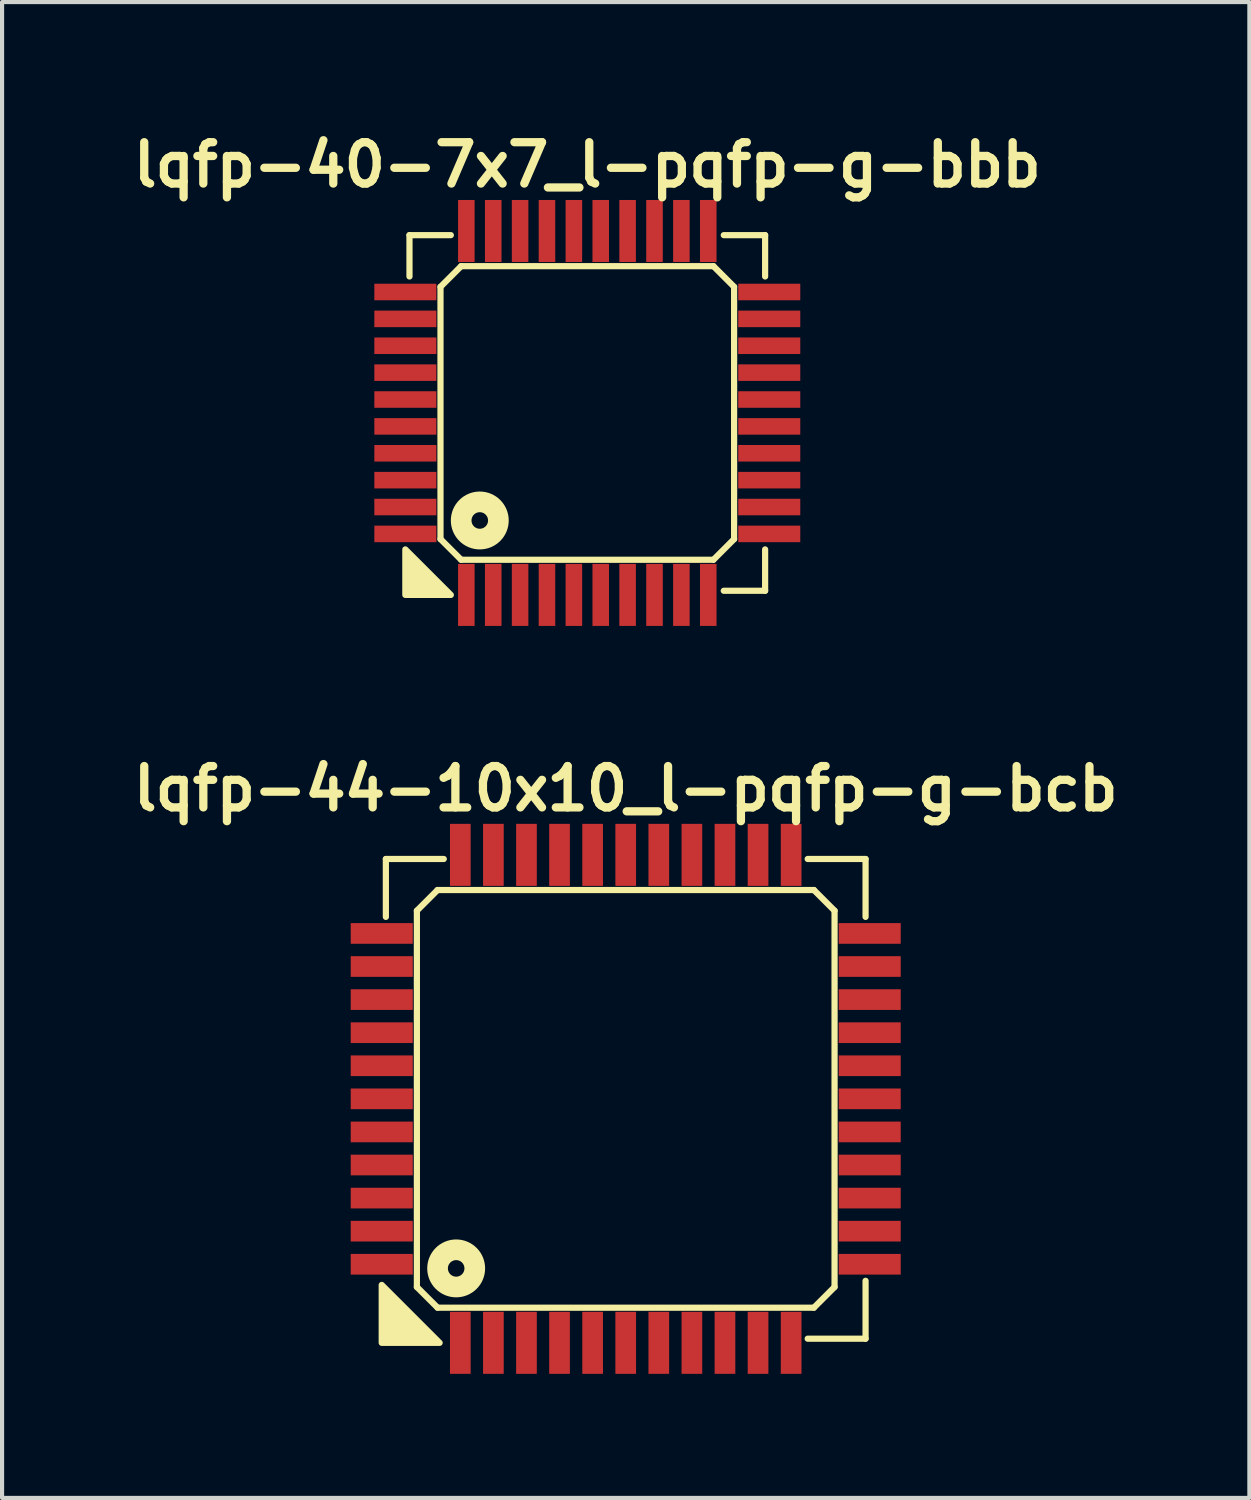
<source format=kicad_pcb>
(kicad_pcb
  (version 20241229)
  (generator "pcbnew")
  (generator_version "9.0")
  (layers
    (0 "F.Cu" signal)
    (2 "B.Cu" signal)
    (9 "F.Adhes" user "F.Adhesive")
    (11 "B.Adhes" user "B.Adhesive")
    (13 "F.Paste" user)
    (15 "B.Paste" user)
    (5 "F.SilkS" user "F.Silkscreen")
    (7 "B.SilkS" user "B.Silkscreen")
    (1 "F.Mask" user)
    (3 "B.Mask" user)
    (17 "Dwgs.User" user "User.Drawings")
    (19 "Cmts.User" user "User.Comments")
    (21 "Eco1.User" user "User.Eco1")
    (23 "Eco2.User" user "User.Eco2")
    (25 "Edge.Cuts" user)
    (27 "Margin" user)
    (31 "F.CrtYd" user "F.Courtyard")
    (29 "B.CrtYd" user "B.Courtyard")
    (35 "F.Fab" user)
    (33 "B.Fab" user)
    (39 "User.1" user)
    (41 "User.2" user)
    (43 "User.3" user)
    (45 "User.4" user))
  (footprint "lqfp-44-10x10_l-pqfp-g-bcb"
    (layer "F.Cu")
    (at 12.081 23.522)
    (property "Reference" "lqfp-44-10x10_l-pqfp-g-bcb" (at 0 -7.5 0) (layer "F.SilkS") (effects (font (size 1 1) (thickness 0.2))))
    (attr smd)
    (fp_line (start -5.8 -5.8) (end -4.4 -5.8) (stroke (width 0.15) (type solid)) (layer "F.SilkS"))
    (fp_line (start -5.8 -4.4) (end -5.8 -5.8) (stroke (width 0.15) (type solid)) (layer "F.SilkS"))
    (fp_line (start -5.05 -4.55) (end -4.55 -5.05) (stroke (width 0.15) (type solid)) (layer "F.SilkS"))
    (fp_line (start -5.05 4.55) (end -5.05 -4.55) (stroke (width 0.15) (type solid)) (layer "F.SilkS"))
    (fp_line (start -4.55 -5.05) (end 4.55 -5.05) (stroke (width 0.15) (type solid)) (layer "F.SilkS"))
    (fp_line (start -4.55 5.05) (end -5.05 4.55) (stroke (width 0.15) (type solid)) (layer "F.SilkS"))
    (fp_line (start 4.4 -5.8) (end 5.8 -5.8) (stroke (width 0.15) (type solid)) (layer "F.SilkS"))
    (fp_line (start 4.55 -5.05) (end 5.05 -4.55) (stroke (width 0.15) (type solid)) (layer "F.SilkS"))
    (fp_line (start 4.55 5.05) (end -4.55 5.05) (stroke (width 0.15) (type solid)) (layer "F.SilkS"))
    (fp_line (start 5.05 -4.55) (end 5.05 4.55) (stroke (width 0.15) (type solid)) (layer "F.SilkS"))
    (fp_line (start 5.05 4.55) (end 4.55 5.05) (stroke (width 0.15) (type solid)) (layer "F.SilkS"))
    (fp_line (start 5.8 -5.8) (end 5.8 -4.4) (stroke (width 0.15) (type solid)) (layer "F.SilkS"))
    (fp_line (start 5.8 4.4) (end 5.8 5.8) (stroke (width 0.15) (type solid)) (layer "F.SilkS"))
    (fp_line (start 5.8 5.8) (end 4.4 5.8) (stroke (width 0.15) (type solid)) (layer "F.SilkS"))
    (fp_circle (center -4.1 4.1) (end -3.9 4.1) (stroke (width 0.5) (type solid)) (fill no) (layer "F.SilkS"))
    (fp_poly (pts (xy -4.5 5.9) (xy -5.9 5.9) (xy -5.9 4.5)) (stroke (width 0.15) (type solid)) (fill yes) (layer "F.SilkS"))
    (pad "1" smd rect (at -4 5.9) (size 0.5 1.5) (layers "F.Cu" "F.Mask" "F.Paste"))
    (pad "2" smd rect (at -3.2 5.9) (size 0.5 1.5) (layers "F.Cu" "F.Mask" "F.Paste"))
    (pad "3" smd rect (at -2.4 5.9) (size 0.5 1.5) (layers "F.Cu" "F.Mask" "F.Paste"))
    (pad "4" smd rect (at -1.6 5.9) (size 0.5 1.5) (layers "F.Cu" "F.Mask" "F.Paste"))
    (pad "5" smd rect (at -0.8 5.9) (size 0.5 1.5) (layers "F.Cu" "F.Mask" "F.Paste"))
    (pad "6" smd rect (at 0 5.9) (size 0.5 1.5) (layers "F.Cu" "F.Mask" "F.Paste"))
    (pad "7" smd rect (at 0.8 5.9) (size 0.5 1.5) (layers "F.Cu" "F.Mask" "F.Paste"))
    (pad "8" smd rect (at 1.6 5.9) (size 0.5 1.5) (layers "F.Cu" "F.Mask" "F.Paste"))
    (pad "9" smd rect (at 2.4 5.9) (size 0.5 1.5) (layers "F.Cu" "F.Mask" "F.Paste"))
    (pad "10" smd rect (at 3.2 5.9) (size 0.5 1.5) (layers "F.Cu" "F.Mask" "F.Paste"))
    (pad "11" smd rect (at 4 5.9) (size 0.5 1.5) (layers "F.Cu" "F.Mask" "F.Paste"))
    (pad "12" smd rect (at 5.9 4) (size 1.5 0.5) (layers "F.Cu" "F.Mask" "F.Paste"))
    (pad "13" smd rect (at 5.9 3.2) (size 1.5 0.5) (layers "F.Cu" "F.Mask" "F.Paste"))
    (pad "14" smd rect (at 5.9 2.4) (size 1.5 0.5) (layers "F.Cu" "F.Mask" "F.Paste"))
    (pad "15" smd rect (at 5.9 1.6) (size 1.5 0.5) (layers "F.Cu" "F.Mask" "F.Paste"))
    (pad "16" smd rect (at 5.9 0.8) (size 1.5 0.5) (layers "F.Cu" "F.Mask" "F.Paste"))
    (pad "17" smd rect (at 5.9 0) (size 1.5 0.5) (layers "F.Cu" "F.Mask" "F.Paste"))
    (pad "18" smd rect (at 5.9 -0.8) (size 1.5 0.5) (layers "F.Cu" "F.Mask" "F.Paste"))
    (pad "19" smd rect (at 5.9 -1.6) (size 1.5 0.5) (layers "F.Cu" "F.Mask" "F.Paste"))
    (pad "20" smd rect (at 5.9 -2.4) (size 1.5 0.5) (layers "F.Cu" "F.Mask" "F.Paste"))
    (pad "21" smd rect (at 5.9 -3.2) (size 1.5 0.5) (layers "F.Cu" "F.Mask" "F.Paste"))
    (pad "22" smd rect (at 5.9 -4) (size 1.5 0.5) (layers "F.Cu" "F.Mask" "F.Paste"))
    (pad "23" smd rect (at 4 -5.9) (size 0.5 1.5) (layers "F.Cu" "F.Mask" "F.Paste"))
    (pad "24" smd rect (at 3.2 -5.9) (size 0.5 1.5) (layers "F.Cu" "F.Mask" "F.Paste"))
    (pad "25" smd rect (at 2.4 -5.9) (size 0.5 1.5) (layers "F.Cu" "F.Mask" "F.Paste"))
    (pad "26" smd rect (at 1.6 -5.9) (size 0.5 1.5) (layers "F.Cu" "F.Mask" "F.Paste"))
    (pad "27" smd rect (at 0.8 -5.9) (size 0.5 1.5) (layers "F.Cu" "F.Mask" "F.Paste"))
    (pad "28" smd rect (at 0 -5.9) (size 0.5 1.5) (layers "F.Cu" "F.Mask" "F.Paste"))
    (pad "29" smd rect (at -0.8 -5.9) (size 0.5 1.5) (layers "F.Cu" "F.Mask" "F.Paste"))
    (pad "30" smd rect (at -1.6 -5.9) (size 0.5 1.5) (layers "F.Cu" "F.Mask" "F.Paste"))
    (pad "31" smd rect (at -2.4 -5.9) (size 0.5 1.5) (layers "F.Cu" "F.Mask" "F.Paste"))
    (pad "32" smd rect (at -3.2 -5.9) (size 0.5 1.5) (layers "F.Cu" "F.Mask" "F.Paste"))
    (pad "33" smd rect (at -4 -5.9) (size 0.5 1.5) (layers "F.Cu" "F.Mask" "F.Paste"))
    (pad "34" smd rect (at -5.9 -4) (size 1.5 0.5) (layers "F.Cu" "F.Mask" "F.Paste"))
    (pad "35" smd rect (at -5.9 -3.2) (size 1.5 0.5) (layers "F.Cu" "F.Mask" "F.Paste"))
    (pad "36" smd rect (at -5.9 -2.4) (size 1.5 0.5) (layers "F.Cu" "F.Mask" "F.Paste"))
    (pad "37" smd rect (at -5.9 -1.6) (size 1.5 0.5) (layers "F.Cu" "F.Mask" "F.Paste"))
    (pad "38" smd rect (at -5.9 -0.8) (size 1.5 0.5) (layers "F.Cu" "F.Mask" "F.Paste"))
    (pad "39" smd rect (at -5.9 0) (size 1.5 0.5) (layers "F.Cu" "F.Mask" "F.Paste"))
    (pad "40" smd rect (at -5.9 0.8) (size 1.5 0.5) (layers "F.Cu" "F.Mask" "F.Paste"))
    (pad "41" smd rect (at -5.9 1.6) (size 1.5 0.5) (layers "F.Cu" "F.Mask" "F.Paste"))
    (pad "42" smd rect (at -5.9 2.4) (size 1.5 0.5) (layers "F.Cu" "F.Mask" "F.Paste"))
    (pad "43" smd rect (at -5.9 3.2) (size 1.5 0.5) (layers "F.Cu" "F.Mask" "F.Paste"))
    (pad "44" smd rect (at -5.9 4) (size 1.5 0.5) (layers "F.Cu" "F.Mask" "F.Paste")))
  (footprint "lqfp-40-7x7_l-pqfp-g-bbb"
    (layer "F.Cu")
    (at 11.152 6.936)
    (property "Reference" "lqfp-40-7x7_l-pqfp-g-bbb" (at 0 -6 0) (layer "F.SilkS") (effects (font (size 1 1) (thickness 0.2))))
    (attr smd)
    (fp_line (start -4.3 -4.3) (end -3.3 -4.3) (stroke (width 0.15) (type solid)) (layer "F.SilkS"))
    (fp_line (start -4.3 -3.3) (end -4.3 -4.3) (stroke (width 0.15) (type solid)) (layer "F.SilkS"))
    (fp_line (start -3.55 -3.05) (end -3.05 -3.55) (stroke (width 0.15) (type solid)) (layer "F.SilkS"))
    (fp_line (start -3.55 3.05) (end -3.55 -3.05) (stroke (width 0.15) (type solid)) (layer "F.SilkS"))
    (fp_line (start -3.05 -3.55) (end 3.05 -3.55) (stroke (width 0.15) (type solid)) (layer "F.SilkS"))
    (fp_line (start -3.05 3.55) (end -3.55 3.05) (stroke (width 0.15) (type solid)) (layer "F.SilkS"))
    (fp_line (start 3.05 -3.55) (end 3.55 -3.05) (stroke (width 0.15) (type solid)) (layer "F.SilkS"))
    (fp_line (start 3.05 3.55) (end -3.05 3.55) (stroke (width 0.15) (type solid)) (layer "F.SilkS"))
    (fp_line (start 3.3 -4.3) (end 4.3 -4.3) (stroke (width 0.15) (type solid)) (layer "F.SilkS"))
    (fp_line (start 3.55 -3.05) (end 3.55 3.05) (stroke (width 0.15) (type solid)) (layer "F.SilkS"))
    (fp_line (start 3.55 3.05) (end 3.05 3.55) (stroke (width 0.15) (type solid)) (layer "F.SilkS"))
    (fp_line (start 4.3 -4.3) (end 4.3 -3.3) (stroke (width 0.15) (type solid)) (layer "F.SilkS"))
    (fp_line (start 4.3 3.3) (end 4.3 4.3) (stroke (width 0.15) (type solid)) (layer "F.SilkS"))
    (fp_line (start 4.3 4.3) (end 3.3 4.3) (stroke (width 0.15) (type solid)) (layer "F.SilkS"))
    (fp_circle (center -2.6 2.6) (end -2.4 2.6) (stroke (width 0.5) (type solid)) (fill no) (layer "F.SilkS"))
    (fp_poly (pts (xy -3.3 4.4) (xy -4.4 4.4) (xy -4.4 3.3)) (stroke (width 0.15) (type solid)) (fill yes) (layer "F.SilkS"))
    (pad "1" smd rect (at -2.925 4.4) (size 0.4 1.5) (layers "F.Cu" "F.Mask" "F.Paste"))
    (pad "2" smd rect (at -2.275 4.4) (size 0.4 1.5) (layers "F.Cu" "F.Mask" "F.Paste"))
    (pad "3" smd rect (at -1.625 4.4) (size 0.4 1.5) (layers "F.Cu" "F.Mask" "F.Paste"))
    (pad "4" smd rect (at -0.975 4.4) (size 0.4 1.5) (layers "F.Cu" "F.Mask" "F.Paste"))
    (pad "5" smd rect (at -0.325 4.4) (size 0.4 1.5) (layers "F.Cu" "F.Mask" "F.Paste"))
    (pad "6" smd rect (at 0.325 4.4) (size 0.4 1.5) (layers "F.Cu" "F.Mask" "F.Paste"))
    (pad "7" smd rect (at 0.975 4.4) (size 0.4 1.5) (layers "F.Cu" "F.Mask" "F.Paste"))
    (pad "8" smd rect (at 1.625 4.4) (size 0.4 1.5) (layers "F.Cu" "F.Mask" "F.Paste"))
    (pad "9" smd rect (at 2.275 4.4) (size 0.4 1.5) (layers "F.Cu" "F.Mask" "F.Paste"))
    (pad "10" smd rect (at 2.925 4.4) (size 0.4 1.5) (layers "F.Cu" "F.Mask" "F.Paste"))
    (pad "11" smd rect (at 4.4 2.925) (size 1.5 0.4) (layers "F.Cu" "F.Mask" "F.Paste"))
    (pad "12" smd rect (at 4.4 2.275) (size 1.5 0.4) (layers "F.Cu" "F.Mask" "F.Paste"))
    (pad "13" smd rect (at 4.4 1.625) (size 1.5 0.4) (layers "F.Cu" "F.Mask" "F.Paste"))
    (pad "14" smd rect (at 4.4 0.975) (size 1.5 0.4) (layers "F.Cu" "F.Mask" "F.Paste"))
    (pad "15" smd rect (at 4.4 0.325) (size 1.5 0.4) (layers "F.Cu" "F.Mask" "F.Paste"))
    (pad "16" smd rect (at 4.4 -0.325) (size 1.5 0.4) (layers "F.Cu" "F.Mask" "F.Paste"))
    (pad "17" smd rect (at 4.4 -0.975) (size 1.5 0.4) (layers "F.Cu" "F.Mask" "F.Paste"))
    (pad "18" smd rect (at 4.4 -1.625) (size 1.5 0.4) (layers "F.Cu" "F.Mask" "F.Paste"))
    (pad "19" smd rect (at 4.4 -2.275) (size 1.5 0.4) (layers "F.Cu" "F.Mask" "F.Paste"))
    (pad "20" smd rect (at 4.4 -2.925) (size 1.5 0.4) (layers "F.Cu" "F.Mask" "F.Paste"))
    (pad "21" smd rect (at 2.925 -4.4) (size 0.4 1.5) (layers "F.Cu" "F.Mask" "F.Paste"))
    (pad "22" smd rect (at 2.275 -4.4) (size 0.4 1.5) (layers "F.Cu" "F.Mask" "F.Paste"))
    (pad "23" smd rect (at 1.625 -4.4) (size 0.4 1.5) (layers "F.Cu" "F.Mask" "F.Paste"))
    (pad "24" smd rect (at 0.975 -4.4) (size 0.4 1.5) (layers "F.Cu" "F.Mask" "F.Paste"))
    (pad "25" smd rect (at 0.325 -4.4) (size 0.4 1.5) (layers "F.Cu" "F.Mask" "F.Paste"))
    (pad "26" smd rect (at -0.325 -4.4) (size 0.4 1.5) (layers "F.Cu" "F.Mask" "F.Paste"))
    (pad "27" smd rect (at -0.975 -4.4) (size 0.4 1.5) (layers "F.Cu" "F.Mask" "F.Paste"))
    (pad "28" smd rect (at -1.625 -4.4) (size 0.4 1.5) (layers "F.Cu" "F.Mask" "F.Paste"))
    (pad "29" smd rect (at -2.275 -4.4) (size 0.4 1.5) (layers "F.Cu" "F.Mask" "F.Paste"))
    (pad "30" smd rect (at -2.925 -4.4) (size 0.4 1.5) (layers "F.Cu" "F.Mask" "F.Paste"))
    (pad "31" smd rect (at -4.4 -2.925) (size 1.5 0.4) (layers "F.Cu" "F.Mask" "F.Paste"))
    (pad "32" smd rect (at -4.4 -2.275) (size 1.5 0.4) (layers "F.Cu" "F.Mask" "F.Paste"))
    (pad "33" smd rect (at -4.4 -1.625) (size 1.5 0.4) (layers "F.Cu" "F.Mask" "F.Paste"))
    (pad "34" smd rect (at -4.4 -0.975) (size 1.5 0.4) (layers "F.Cu" "F.Mask" "F.Paste"))
    (pad "35" smd rect (at -4.4 -0.325) (size 1.5 0.4) (layers "F.Cu" "F.Mask" "F.Paste"))
    (pad "36" smd rect (at -4.4 0.325) (size 1.5 0.4) (layers "F.Cu" "F.Mask" "F.Paste"))
    (pad "37" smd rect (at -4.4 0.975) (size 1.5 0.4) (layers "F.Cu" "F.Mask" "F.Paste"))
    (pad "38" smd rect (at -4.4 1.625) (size 1.5 0.4) (layers "F.Cu" "F.Mask" "F.Paste"))
    (pad "39" smd rect (at -4.4 2.275) (size 1.5 0.4) (layers "F.Cu" "F.Mask" "F.Paste"))
    (pad "40" smd rect (at -4.4 2.925) (size 1.5 0.4) (layers "F.Cu" "F.Mask" "F.Paste")))
  (gr_rect
    (start -3 -3)
    (end 27.162 33.172)
    (stroke (width 0.1) (type default))
    (fill no)
    (layer "Edge.Cuts")))
</source>
